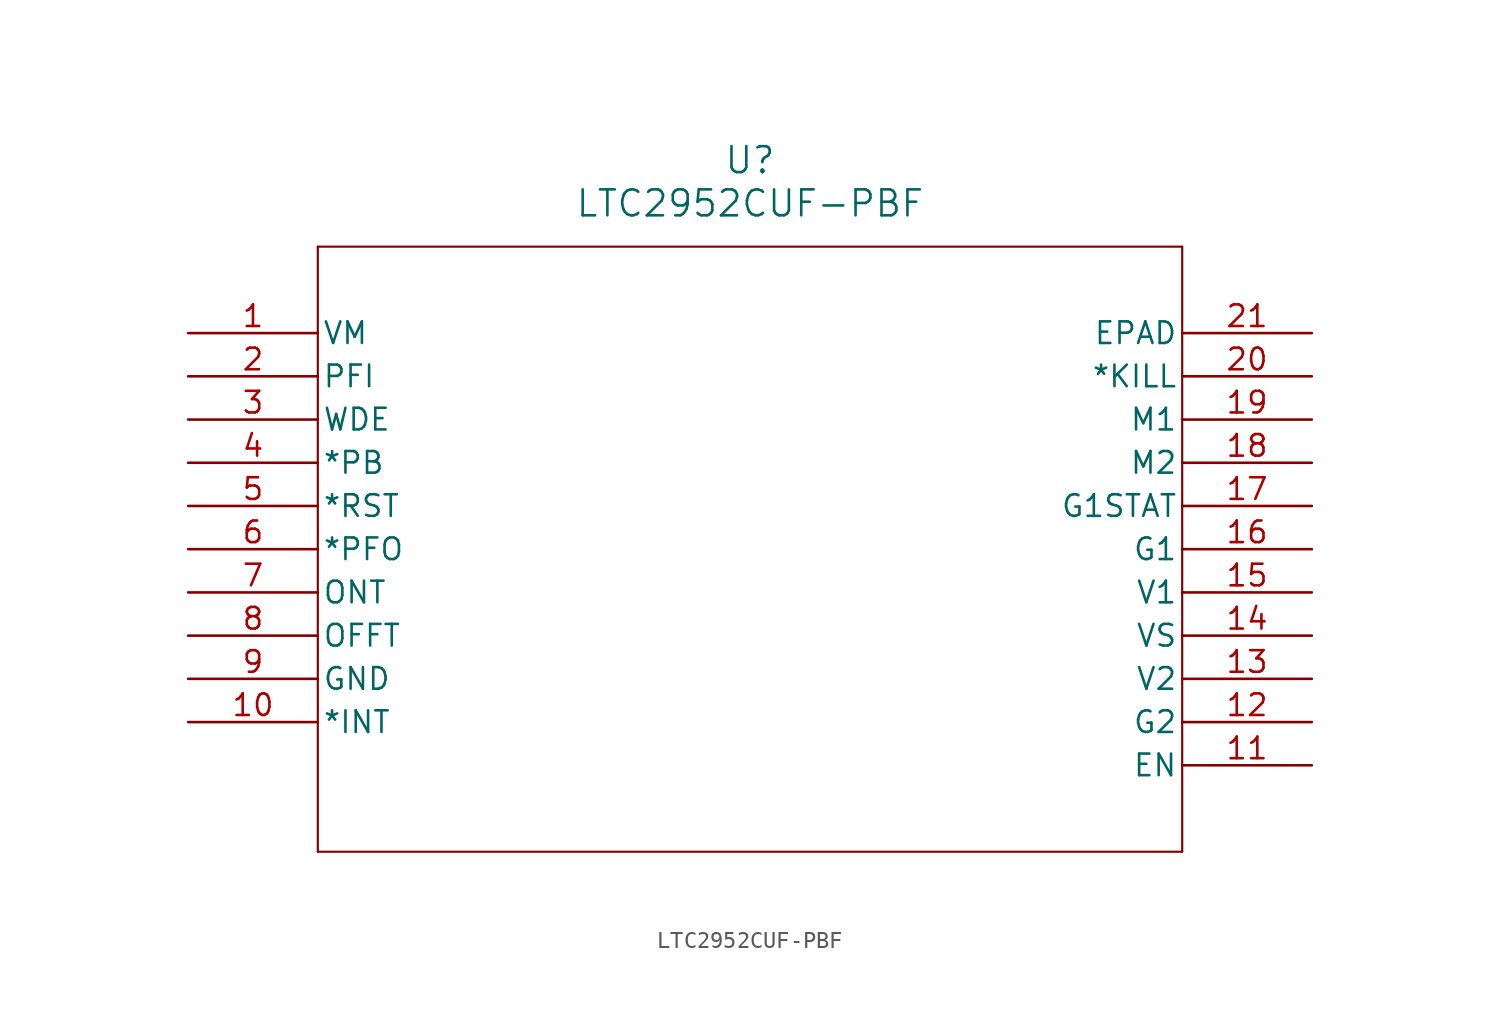
<source format=kicad_sym>
(kicad_symbol_lib
  (version 20211014)
  (generator kicad_symbol_editor)
  (symbol "LTC2952CUF-PBF"
    (pin_names
      (offset 0.254))
    (property "Reference" "U"
      (at 33.02 10.16 0)
      (effects (font (size 1.524 1.524))))
    (property "Value" "LTC2952CUF-PBF"
      (at 33.02 7.62 0)
      (effects (font (size 1.524 1.524))))
    (symbol "LTC2952CUF-PBF_0_1"
      (polyline (pts (xy 7.62 5.08) (xy 7.62 -30.48)) (stroke (width 0.127) (type default) (color 0 0 0 0)) (fill (type none)))
      (polyline (pts (xy 7.62 -30.48) (xy 58.42 -30.48)) (stroke (width 0.127) (type default) (color 0 0 0 0)) (fill (type none)))
      (polyline (pts (xy 58.42 -30.48) (xy 58.42 5.08)) (stroke (width 0.127) (type default) (color 0 0 0 0)) (fill (type none)))
      (polyline (pts (xy 58.42 5.08) (xy 7.62 5.08)) (stroke (width 0.127) (type default) (color 0 0 0 0)) (fill (type none)))
      (pin input line (at 0 0 0) (length 7.62) (name "VM" (effects (font (size 1.27 1.27)))) (number "1" (effects (font (size 1.27 1.27)))))
      (pin input line (at 0 -2.54 0) (length 7.62) (name "PFI" (effects (font (size 1.27 1.27)))) (number "2" (effects (font (size 1.27 1.27)))))
      (pin input line (at 0 -5.08 0) (length 7.62) (name "WDE" (effects (font (size 1.27 1.27)))) (number "3" (effects (font (size 1.27 1.27)))))
      (pin input line (at 0 -7.62 0) (length 7.62) (name "*PB" (effects (font (size 1.27 1.27)))) (number "4" (effects (font (size 1.27 1.27)))))
      (pin output line (at 0 -10.16 0) (length 7.62) (name "*RST" (effects (font (size 1.27 1.27)))) (number "5" (effects (font (size 1.27 1.27)))))
      (pin output line (at 0 -12.7 0) (length 7.62) (name "*PFO" (effects (font (size 1.27 1.27)))) (number "6" (effects (font (size 1.27 1.27)))))
      (pin input line (at 0 -15.24 0) (length 7.62) (name "ONT" (effects (font (size 1.27 1.27)))) (number "7" (effects (font (size 1.27 1.27)))))
      (pin input line (at 0 -17.78 0) (length 7.62) (name "OFFT" (effects (font (size 1.27 1.27)))) (number "8" (effects (font (size 1.27 1.27)))))
      (pin power_in line (at 0 -20.32 0) (length 7.62) (name "GND" (effects (font (size 1.27 1.27)))) (number "9" (effects (font (size 1.27 1.27)))))
      (pin output line (at 0 -22.86 0) (length 7.62) (name "*INT" (effects (font (size 1.27 1.27)))) (number "10" (effects (font (size 1.27 1.27)))))
      (pin output line (at 66.04 -25.4 180) (length 7.62) (name "EN" (effects (font (size 1.27 1.27)))) (number "11" (effects (font (size 1.27 1.27)))))
      (pin output line (at 66.04 -22.86 180) (length 7.62) (name "G2" (effects (font (size 1.27 1.27)))) (number "12" (effects (font (size 1.27 1.27)))))
      (pin input line (at 66.04 -20.32 180) (length 7.62) (name "V2" (effects (font (size 1.27 1.27)))) (number "13" (effects (font (size 1.27 1.27)))))
      (pin input line (at 66.04 -17.78 180) (length 7.62) (name "VS" (effects (font (size 1.27 1.27)))) (number "14" (effects (font (size 1.27 1.27)))))
      (pin input line (at 66.04 -15.24 180) (length 7.62) (name "V1" (effects (font (size 1.27 1.27)))) (number "15" (effects (font (size 1.27 1.27)))))
      (pin output line (at 66.04 -12.7 180) (length 7.62) (name "G1" (effects (font (size 1.27 1.27)))) (number "16" (effects (font (size 1.27 1.27)))))
      (pin output line (at 66.04 -10.16 180) (length 7.62) (name "G1STAT" (effects (font (size 1.27 1.27)))) (number "17" (effects (font (size 1.27 1.27)))))
      (pin input line (at 66.04 -7.62 180) (length 7.62) (name "M2" (effects (font (size 1.27 1.27)))) (number "18" (effects (font (size 1.27 1.27)))))
      (pin input line (at 66.04 -5.08 180) (length 7.62) (name "M1" (effects (font (size 1.27 1.27)))) (number "19" (effects (font (size 1.27 1.27)))))
      (pin input line (at 66.04 -2.54 180) (length 7.62) (name "*KILL" (effects (font (size 1.27 1.27)))) (number "20" (effects (font (size 1.27 1.27)))))
      (pin unspecified line (at 66.04 0 180) (length 7.62) (name "EPAD" (effects (font (size 1.27 1.27)))) (number "21" (effects (font (size 1.27 1.27))))))))
</source>
